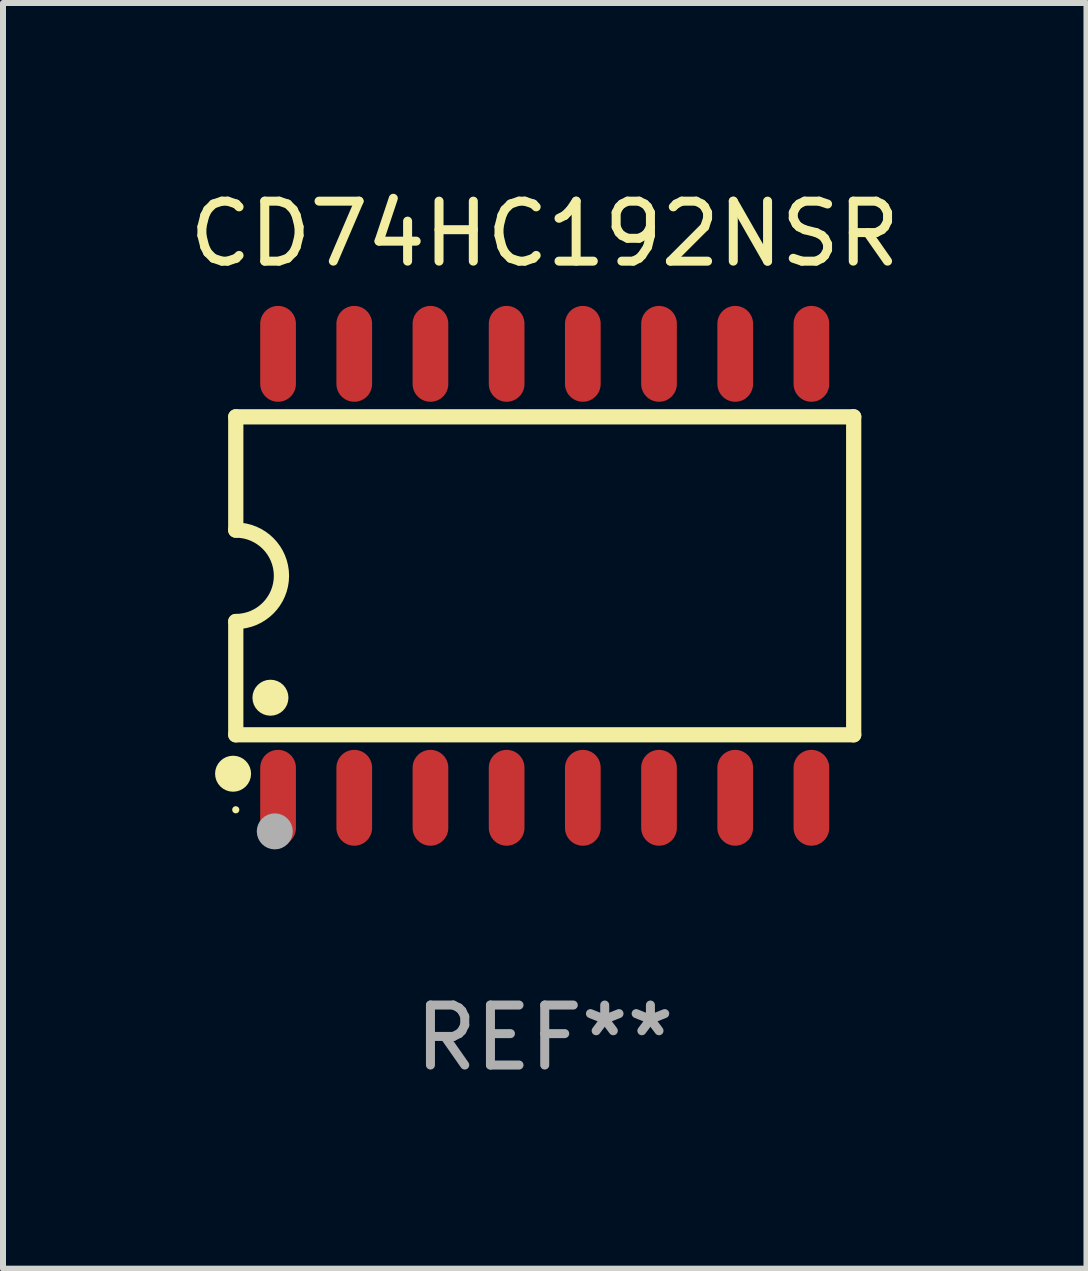
<source format=kicad_pcb>
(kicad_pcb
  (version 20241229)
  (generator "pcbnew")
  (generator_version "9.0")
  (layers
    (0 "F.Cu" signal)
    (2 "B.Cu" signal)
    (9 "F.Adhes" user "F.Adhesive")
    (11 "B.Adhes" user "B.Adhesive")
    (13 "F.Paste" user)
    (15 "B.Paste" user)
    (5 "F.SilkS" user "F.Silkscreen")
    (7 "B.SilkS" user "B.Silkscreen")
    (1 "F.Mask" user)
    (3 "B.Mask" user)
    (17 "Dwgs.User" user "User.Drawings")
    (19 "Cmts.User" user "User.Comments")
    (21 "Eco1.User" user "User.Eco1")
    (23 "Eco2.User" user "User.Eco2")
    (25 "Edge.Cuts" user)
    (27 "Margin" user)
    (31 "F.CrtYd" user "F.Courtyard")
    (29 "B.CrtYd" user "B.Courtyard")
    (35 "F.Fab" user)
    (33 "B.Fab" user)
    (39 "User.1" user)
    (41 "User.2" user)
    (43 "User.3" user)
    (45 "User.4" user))
  (footprint "CD74HC192NSR"
    (layer "F.Cu")
    (at 6.03 6.548)
    (property "Reference" "CD74HC192NSR" (at 0 -5.7 0) (layer "F.SilkS") (effects (font (size 1 1) (thickness 0.15))))
    (attr through_hole)
    (fp_line (start -5.15 -2.65) (end -5.15 -0.762) (stroke (width 0.254) (type solid)) (layer "F.SilkS"))
    (fp_line (start -5.15 -2.65) (end 5.15 -2.65) (stroke (width 0.254) (type solid)) (layer "F.SilkS"))
    (fp_line (start -5.15 2.65) (end -5.15 0.762) (stroke (width 0.254) (type solid)) (layer "F.SilkS"))
    (fp_line (start 5.15 -2.65) (end 5.15 2.65) (stroke (width 0.254) (type solid)) (layer "F.SilkS"))
    (fp_line (start 5.15 2.65) (end -5.15 2.65) (stroke (width 0.254) (type solid)) (layer "F.SilkS"))
    (fp_arc (start -5.151131 -0.762003) (mid -4.389128 -0.000559) (end -5.150013 0.762002) (stroke (width 0.254001) (type solid)) (layer "F.SilkS"))
    (fp_circle (center -5.195 3.299) (end -5.045 3.299) (stroke (width 0.3) (type solid)) (fill no) (layer "F.SilkS"))
    (fp_circle (center -5.15 3.9) (end -5.12 3.9) (stroke (width 0.06) (type solid)) (fill no) (layer "F.SilkS"))
    (fp_circle (center -4.572 2.032) (end -4.422 2.032) (stroke (width 0.3) (type solid)) (fill no) (layer "F.SilkS"))
    (fp_circle (center -4.5 4.26) (end -4.35 4.26) (stroke (width 0.3) (type solid)) (fill no) (layer "F.Fab"))
    (fp_text user "REF**" (at 0 7.7 0) (layer "F.Fab") (effects (font (size 1 1) (thickness 0.15))))
    (pad "1" smd oval (at -4.445 3.7) (size 0.595 1.598) (layers "F.Cu" "F.Mask" "F.Paste"))
    (pad "2" smd oval (at -3.175 3.7) (size 0.595 1.598) (layers "F.Cu" "F.Mask" "F.Paste"))
    (pad "3" smd oval (at -1.905 3.7) (size 0.595 1.598) (layers "F.Cu" "F.Mask" "F.Paste"))
    (pad "4" smd oval (at -0.635 3.7) (size 0.595 1.598) (layers "F.Cu" "F.Mask" "F.Paste"))
    (pad "5" smd oval (at 0.635 3.7) (size 0.595 1.598) (layers "F.Cu" "F.Mask" "F.Paste"))
    (pad "6" smd oval (at 1.905 3.7) (size 0.595 1.598) (layers "F.Cu" "F.Mask" "F.Paste"))
    (pad "7" smd oval (at 3.175 3.7) (size 0.595 1.598) (layers "F.Cu" "F.Mask" "F.Paste"))
    (pad "8" smd oval (at 4.445 3.7) (size 0.595 1.598) (layers "F.Cu" "F.Mask" "F.Paste"))
    (pad "9" smd oval (at 4.445 -3.7) (size 0.595 1.598) (layers "F.Cu" "F.Mask" "F.Paste"))
    (pad "10" smd oval (at 3.175 -3.7) (size 0.595 1.598) (layers "F.Cu" "F.Mask" "F.Paste"))
    (pad "11" smd oval (at 1.905 -3.7) (size 0.595 1.598) (layers "F.Cu" "F.Mask" "F.Paste"))
    (pad "12" smd oval (at 0.635 -3.7) (size 0.595 1.598) (layers "F.Cu" "F.Mask" "F.Paste"))
    (pad "13" smd oval (at -0.635 -3.7) (size 0.595 1.598) (layers "F.Cu" "F.Mask" "F.Paste"))
    (pad "14" smd oval (at -1.905 -3.7) (size 0.595 1.598) (layers "F.Cu" "F.Mask" "F.Paste"))
    (pad "15" smd oval (at -3.175 -3.7) (size 0.595 1.598) (layers "F.Cu" "F.Mask" "F.Paste"))
    (pad "16" smd oval (at -4.445 -3.7) (size 0.595 1.598) (layers "F.Cu" "F.Mask" "F.Paste")))
  (gr_rect
    (start -3 -3)
    (end 15.06 18.097)
    (stroke (width 0.1) (type default))
    (fill no)
    (layer "Edge.Cuts")))
</source>
